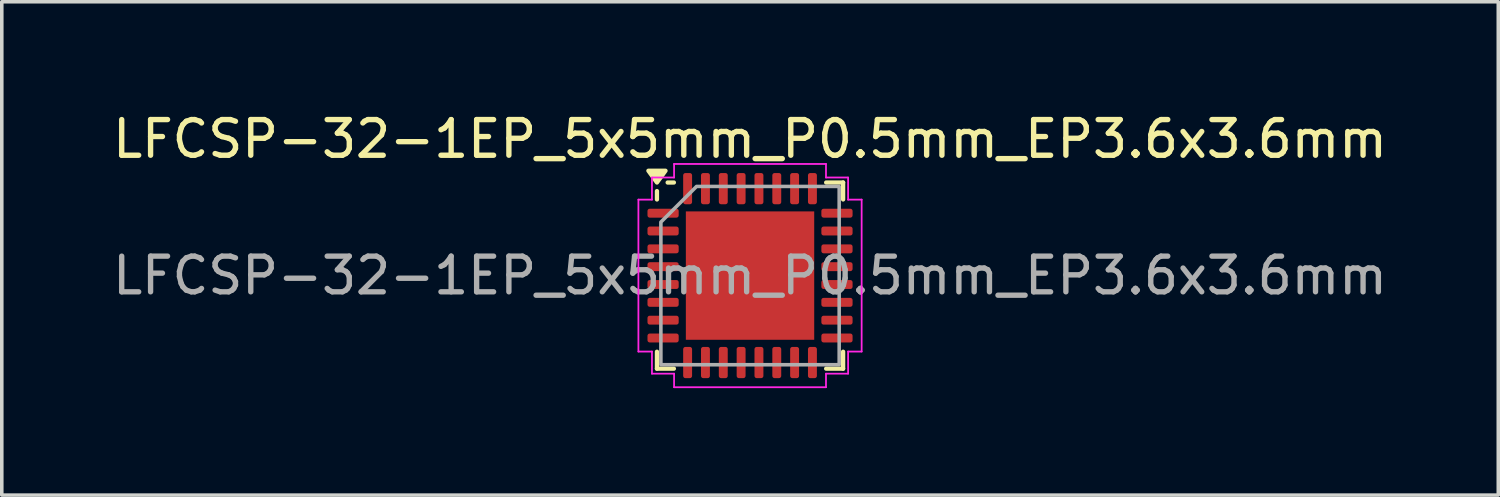
<source format=kicad_pcb>
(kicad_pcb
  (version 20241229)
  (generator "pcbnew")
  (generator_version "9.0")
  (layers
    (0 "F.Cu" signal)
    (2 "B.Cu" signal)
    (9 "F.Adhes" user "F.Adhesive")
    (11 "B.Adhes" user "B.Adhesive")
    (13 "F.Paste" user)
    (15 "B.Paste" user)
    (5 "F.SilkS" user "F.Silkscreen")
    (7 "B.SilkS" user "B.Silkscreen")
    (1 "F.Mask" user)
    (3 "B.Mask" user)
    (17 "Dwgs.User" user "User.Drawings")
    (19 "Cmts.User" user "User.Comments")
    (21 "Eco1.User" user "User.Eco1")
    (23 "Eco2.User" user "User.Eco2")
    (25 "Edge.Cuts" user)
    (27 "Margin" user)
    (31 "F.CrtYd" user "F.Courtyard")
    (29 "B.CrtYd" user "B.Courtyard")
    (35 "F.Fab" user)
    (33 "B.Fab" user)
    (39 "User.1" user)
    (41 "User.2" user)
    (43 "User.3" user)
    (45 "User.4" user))
  (footprint "LFCSP-32-1EP_5x5mm_P0.5mm_EP3.6x3.6mm"
    (layer "F.Cu")
    (at 17.982 4.678)
    (property "Reference" "LFCSP-32-1EP_5x5mm_P0.5mm_EP3.6x3.6mm" (at 0 -3.83 0) (layer "F.SilkS") (effects (font (size 1 1) (thickness 0.15))))
    (attr smd)
    (fp_line (start -2.61 -2.135) (end -2.61 -2.37) (stroke (width 0.12) (type solid)) (layer "F.SilkS"))
    (fp_line (start -2.61 2.61) (end -2.61 2.135) (stroke (width 0.12) (type solid)) (layer "F.SilkS"))
    (fp_line (start -2.135 -2.61) (end -2.31 -2.61) (stroke (width 0.12) (type solid)) (layer "F.SilkS"))
    (fp_line (start -2.135 2.61) (end -2.61 2.61) (stroke (width 0.12) (type solid)) (layer "F.SilkS"))
    (fp_line (start 2.135 -2.61) (end 2.61 -2.61) (stroke (width 0.12) (type solid)) (layer "F.SilkS"))
    (fp_line (start 2.135 2.61) (end 2.61 2.61) (stroke (width 0.12) (type solid)) (layer "F.SilkS"))
    (fp_line (start 2.61 -2.61) (end 2.61 -2.135) (stroke (width 0.12) (type solid)) (layer "F.SilkS"))
    (fp_line (start 2.61 2.61) (end 2.61 2.135) (stroke (width 0.12) (type solid)) (layer "F.SilkS"))
    (fp_poly (pts (xy -2.61 -2.61) (xy -2.85 -2.94) (xy -2.37 -2.94)) (stroke (width 0.12) (type solid)) (fill yes) (layer "F.SilkS"))
    (fp_line (start -3.13 -2.13) (end -2.75 -2.13) (stroke (width 0.05) (type solid)) (layer "F.CrtYd"))
    (fp_line (start -3.13 2.13) (end -3.13 -2.13) (stroke (width 0.05) (type solid)) (layer "F.CrtYd"))
    (fp_line (start -2.75 -2.75) (end -2.13 -2.75) (stroke (width 0.05) (type solid)) (layer "F.CrtYd"))
    (fp_line (start -2.75 -2.13) (end -2.75 -2.75) (stroke (width 0.05) (type solid)) (layer "F.CrtYd"))
    (fp_line (start -2.75 2.13) (end -3.13 2.13) (stroke (width 0.05) (type solid)) (layer "F.CrtYd"))
    (fp_line (start -2.75 2.75) (end -2.75 2.13) (stroke (width 0.05) (type solid)) (layer "F.CrtYd"))
    (fp_line (start -2.13 -3.13) (end 2.13 -3.13) (stroke (width 0.05) (type solid)) (layer "F.CrtYd"))
    (fp_line (start -2.13 -2.75) (end -2.13 -3.13) (stroke (width 0.05) (type solid)) (layer "F.CrtYd"))
    (fp_line (start -2.13 2.75) (end -2.75 2.75) (stroke (width 0.05) (type solid)) (layer "F.CrtYd"))
    (fp_line (start -2.13 3.13) (end -2.13 2.75) (stroke (width 0.05) (type solid)) (layer "F.CrtYd"))
    (fp_line (start 2.13 -3.13) (end 2.13 -2.75) (stroke (width 0.05) (type solid)) (layer "F.CrtYd"))
    (fp_line (start 2.13 -2.75) (end 2.75 -2.75) (stroke (width 0.05) (type solid)) (layer "F.CrtYd"))
    (fp_line (start 2.13 2.75) (end 2.13 3.13) (stroke (width 0.05) (type solid)) (layer "F.CrtYd"))
    (fp_line (start 2.13 3.13) (end -2.13 3.13) (stroke (width 0.05) (type solid)) (layer "F.CrtYd"))
    (fp_line (start 2.75 -2.75) (end 2.75 -2.13) (stroke (width 0.05) (type solid)) (layer "F.CrtYd"))
    (fp_line (start 2.75 -2.13) (end 3.13 -2.13) (stroke (width 0.05) (type solid)) (layer "F.CrtYd"))
    (fp_line (start 2.75 2.13) (end 2.75 2.75) (stroke (width 0.05) (type solid)) (layer "F.CrtYd"))
    (fp_line (start 2.75 2.75) (end 2.13 2.75) (stroke (width 0.05) (type solid)) (layer "F.CrtYd"))
    (fp_line (start 3.13 -2.13) (end 3.13 2.13) (stroke (width 0.05) (type solid)) (layer "F.CrtYd"))
    (fp_line (start 3.13 2.13) (end 2.75 2.13) (stroke (width 0.05) (type solid)) (layer "F.CrtYd"))
    (fp_poly (pts (xy -2.5 -1.5) (xy -2.5 2.5) (xy 2.5 2.5) (xy 2.5 -2.5) (xy -1.5 -2.5)) (stroke (width 0.1) (type solid)) (fill no) (layer "F.Fab"))
    (fp_text user "${REFERENCE}" (at 0 0 0) (layer "F.Fab") (effects (font (size 1 1) (thickness 0.15))))
    (pad "" smd roundrect (at -0.9 -0.9) (size 1.45 1.45) (layers "F.Paste") (roundrect_rratio 0.172))
    (pad "" smd roundrect (at -0.9 0.9) (size 1.45 1.45) (layers "F.Paste") (roundrect_rratio 0.172))
    (pad "" smd roundrect (at 0.9 -0.9) (size 1.45 1.45) (layers "F.Paste") (roundrect_rratio 0.172))
    (pad "" smd roundrect (at 0.9 0.9) (size 1.45 1.45) (layers "F.Paste") (roundrect_rratio 0.172))
    (pad "1" smd roundrect (at -2.438 -1.75) (size 0.875 0.25) (layers "F.Cu" "F.Mask" "F.Paste") (roundrect_rratio 0.25))
    (pad "2" smd roundrect (at -2.438 -1.25) (size 0.875 0.25) (layers "F.Cu" "F.Mask" "F.Paste") (roundrect_rratio 0.25))
    (pad "3" smd roundrect (at -2.438 -0.75) (size 0.875 0.25) (layers "F.Cu" "F.Mask" "F.Paste") (roundrect_rratio 0.25))
    (pad "4" smd roundrect (at -2.438 -0.25) (size 0.875 0.25) (layers "F.Cu" "F.Mask" "F.Paste") (roundrect_rratio 0.25))
    (pad "5" smd roundrect (at -2.438 0.25) (size 0.875 0.25) (layers "F.Cu" "F.Mask" "F.Paste") (roundrect_rratio 0.25))
    (pad "6" smd roundrect (at -2.438 0.75) (size 0.875 0.25) (layers "F.Cu" "F.Mask" "F.Paste") (roundrect_rratio 0.25))
    (pad "7" smd roundrect (at -2.438 1.25) (size 0.875 0.25) (layers "F.Cu" "F.Mask" "F.Paste") (roundrect_rratio 0.25))
    (pad "8" smd roundrect (at -2.438 1.75) (size 0.875 0.25) (layers "F.Cu" "F.Mask" "F.Paste") (roundrect_rratio 0.25))
    (pad "9" smd roundrect (at -1.75 2.438) (size 0.25 0.875) (layers "F.Cu" "F.Mask" "F.Paste") (roundrect_rratio 0.25))
    (pad "10" smd roundrect (at -1.25 2.438) (size 0.25 0.875) (layers "F.Cu" "F.Mask" "F.Paste") (roundrect_rratio 0.25))
    (pad "11" smd roundrect (at -0.75 2.438) (size 0.25 0.875) (layers "F.Cu" "F.Mask" "F.Paste") (roundrect_rratio 0.25))
    (pad "12" smd roundrect (at -0.25 2.438) (size 0.25 0.875) (layers "F.Cu" "F.Mask" "F.Paste") (roundrect_rratio 0.25))
    (pad "13" smd roundrect (at 0.25 2.438) (size 0.25 0.875) (layers "F.Cu" "F.Mask" "F.Paste") (roundrect_rratio 0.25))
    (pad "14" smd roundrect (at 0.75 2.438) (size 0.25 0.875) (layers "F.Cu" "F.Mask" "F.Paste") (roundrect_rratio 0.25))
    (pad "15" smd roundrect (at 1.25 2.438) (size 0.25 0.875) (layers "F.Cu" "F.Mask" "F.Paste") (roundrect_rratio 0.25))
    (pad "16" smd roundrect (at 1.75 2.438) (size 0.25 0.875) (layers "F.Cu" "F.Mask" "F.Paste") (roundrect_rratio 0.25))
    (pad "17" smd roundrect (at 2.438 1.75) (size 0.875 0.25) (layers "F.Cu" "F.Mask" "F.Paste") (roundrect_rratio 0.25))
    (pad "18" smd roundrect (at 2.438 1.25) (size 0.875 0.25) (layers "F.Cu" "F.Mask" "F.Paste") (roundrect_rratio 0.25))
    (pad "19" smd roundrect (at 2.438 0.75) (size 0.875 0.25) (layers "F.Cu" "F.Mask" "F.Paste") (roundrect_rratio 0.25))
    (pad "20" smd roundrect (at 2.438 0.25) (size 0.875 0.25) (layers "F.Cu" "F.Mask" "F.Paste") (roundrect_rratio 0.25))
    (pad "21" smd roundrect (at 2.438 -0.25) (size 0.875 0.25) (layers "F.Cu" "F.Mask" "F.Paste") (roundrect_rratio 0.25))
    (pad "22" smd roundrect (at 2.438 -0.75) (size 0.875 0.25) (layers "F.Cu" "F.Mask" "F.Paste") (roundrect_rratio 0.25))
    (pad "23" smd roundrect (at 2.438 -1.25) (size 0.875 0.25) (layers "F.Cu" "F.Mask" "F.Paste") (roundrect_rratio 0.25))
    (pad "24" smd roundrect (at 2.438 -1.75) (size 0.875 0.25) (layers "F.Cu" "F.Mask" "F.Paste") (roundrect_rratio 0.25))
    (pad "25" smd roundrect (at 1.75 -2.438) (size 0.25 0.875) (layers "F.Cu" "F.Mask" "F.Paste") (roundrect_rratio 0.25))
    (pad "26" smd roundrect (at 1.25 -2.438) (size 0.25 0.875) (layers "F.Cu" "F.Mask" "F.Paste") (roundrect_rratio 0.25))
    (pad "27" smd roundrect (at 0.75 -2.438) (size 0.25 0.875) (layers "F.Cu" "F.Mask" "F.Paste") (roundrect_rratio 0.25))
    (pad "28" smd roundrect (at 0.25 -2.438) (size 0.25 0.875) (layers "F.Cu" "F.Mask" "F.Paste") (roundrect_rratio 0.25))
    (pad "29" smd roundrect (at -0.25 -2.438) (size 0.25 0.875) (layers "F.Cu" "F.Mask" "F.Paste") (roundrect_rratio 0.25))
    (pad "30" smd roundrect (at -0.75 -2.438) (size 0.25 0.875) (layers "F.Cu" "F.Mask" "F.Paste") (roundrect_rratio 0.25))
    (pad "31" smd roundrect (at -1.25 -2.438) (size 0.25 0.875) (layers "F.Cu" "F.Mask" "F.Paste") (roundrect_rratio 0.25))
    (pad "32" smd roundrect (at -1.75 -2.438) (size 0.25 0.875) (layers "F.Cu" "F.Mask" "F.Paste") (roundrect_rratio 0.25))
    (pad "33" smd rect (at 0 0) (size 3.6 3.6) (property pad_prop_heatsink) (layers "F.Cu" "F.Mask")))
  (gr_rect
    (start -3 -3)
    (end 38.964 10.833)
    (stroke (width 0.1) (type default))
    (fill no)
    (layer "Edge.Cuts")))
</source>
